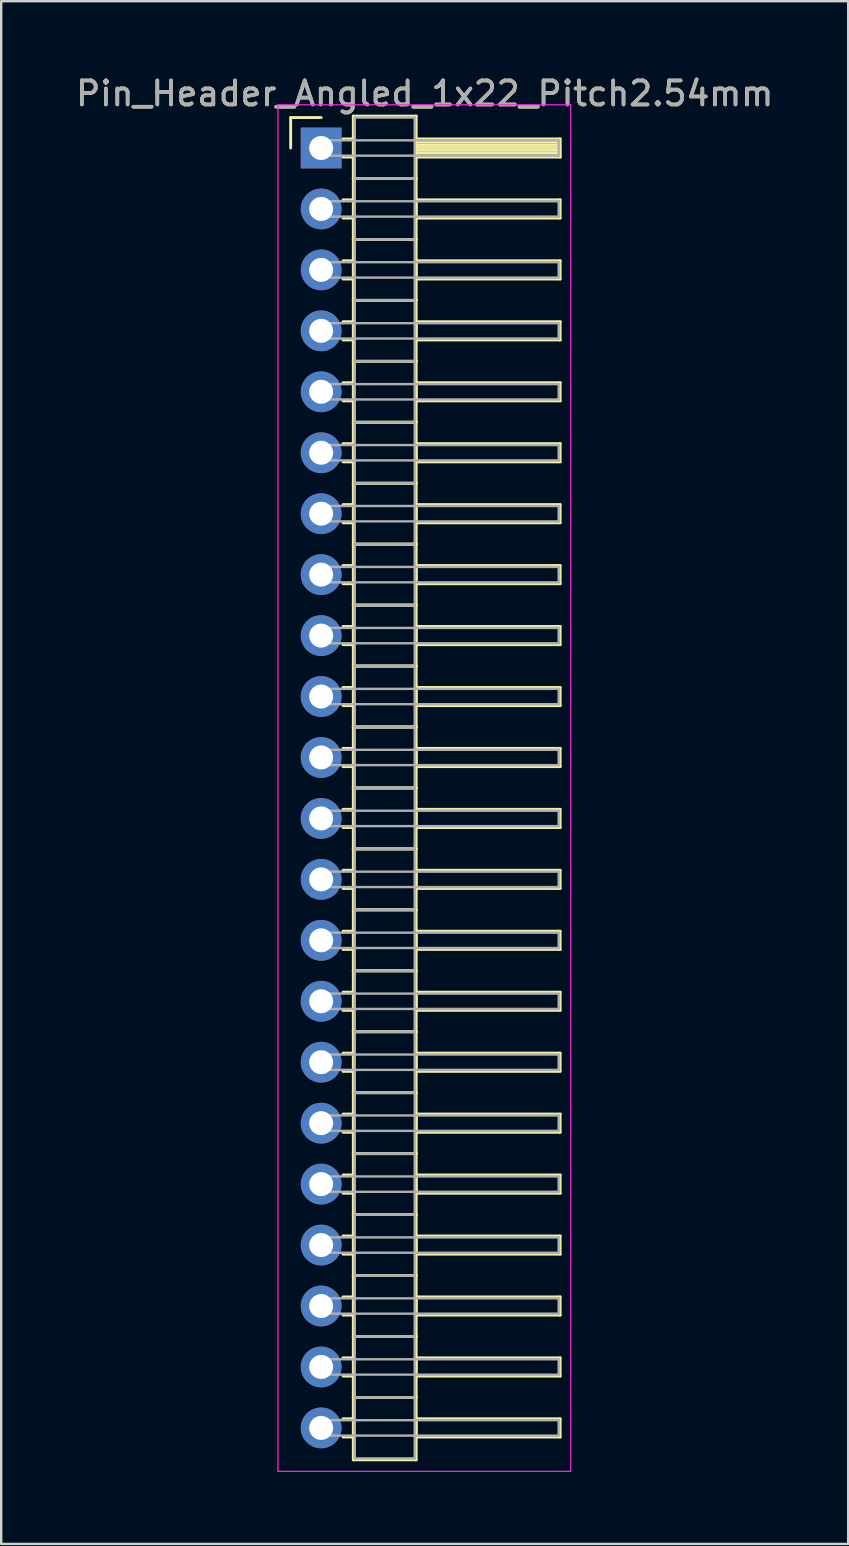
<source format=kicad_pcb>
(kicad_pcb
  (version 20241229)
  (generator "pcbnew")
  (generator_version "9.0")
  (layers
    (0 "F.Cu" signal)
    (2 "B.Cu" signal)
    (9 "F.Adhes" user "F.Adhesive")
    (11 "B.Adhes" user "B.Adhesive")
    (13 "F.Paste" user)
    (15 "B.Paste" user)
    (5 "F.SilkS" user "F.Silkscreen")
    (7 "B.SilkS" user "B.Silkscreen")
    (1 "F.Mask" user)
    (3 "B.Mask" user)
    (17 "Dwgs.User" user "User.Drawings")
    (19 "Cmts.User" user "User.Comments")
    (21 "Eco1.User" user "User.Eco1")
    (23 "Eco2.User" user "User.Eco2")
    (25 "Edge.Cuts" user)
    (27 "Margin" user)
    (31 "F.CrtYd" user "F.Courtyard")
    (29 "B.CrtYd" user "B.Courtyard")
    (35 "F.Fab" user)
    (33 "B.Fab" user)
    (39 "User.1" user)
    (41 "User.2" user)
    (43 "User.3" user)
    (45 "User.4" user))
  (footprint "Pin_Header_Angled_1x22_Pitch2.54mm"
    (layer "F.Cu")
    (at 10.334 3.118)
    (property "Reference" "Pin_Header_Angled_1x22_Pitch2.54mm" (at 4.315 -2.27 0) (layer "F.SilkS") (effects (font (size 1 1) (thickness 0.15))))
    (attr through_hole)
    (fp_line (start -1.27 -1.27) (end 0 -1.27) (stroke (width 0.12) (type solid)) (layer "F.SilkS"))
    (fp_line (start -1.27 0) (end -1.27 -1.27) (stroke (width 0.12) (type solid)) (layer "F.SilkS"))
    (fp_line (start 0.91 -0.38) (end 1.34 -0.38) (stroke (width 0.12) (type solid)) (layer "F.SilkS"))
    (fp_line (start 0.91 0.38) (end 1.34 0.38) (stroke (width 0.12) (type solid)) (layer "F.SilkS"))
    (fp_line (start 0.91 2.16) (end 1.34 2.16) (stroke (width 0.12) (type solid)) (layer "F.SilkS"))
    (fp_line (start 0.91 2.92) (end 1.34 2.92) (stroke (width 0.12) (type solid)) (layer "F.SilkS"))
    (fp_line (start 0.91 4.7) (end 1.34 4.7) (stroke (width 0.12) (type solid)) (layer "F.SilkS"))
    (fp_line (start 0.91 5.46) (end 1.34 5.46) (stroke (width 0.12) (type solid)) (layer "F.SilkS"))
    (fp_line (start 0.91 7.24) (end 1.34 7.24) (stroke (width 0.12) (type solid)) (layer "F.SilkS"))
    (fp_line (start 0.91 8) (end 1.34 8) (stroke (width 0.12) (type solid)) (layer "F.SilkS"))
    (fp_line (start 0.91 9.78) (end 1.34 9.78) (stroke (width 0.12) (type solid)) (layer "F.SilkS"))
    (fp_line (start 0.91 10.54) (end 1.34 10.54) (stroke (width 0.12) (type solid)) (layer "F.SilkS"))
    (fp_line (start 0.91 12.32) (end 1.34 12.32) (stroke (width 0.12) (type solid)) (layer "F.SilkS"))
    (fp_line (start 0.91 13.08) (end 1.34 13.08) (stroke (width 0.12) (type solid)) (layer "F.SilkS"))
    (fp_line (start 0.91 14.86) (end 1.34 14.86) (stroke (width 0.12) (type solid)) (layer "F.SilkS"))
    (fp_line (start 0.91 15.62) (end 1.34 15.62) (stroke (width 0.12) (type solid)) (layer "F.SilkS"))
    (fp_line (start 0.91 17.4) (end 1.34 17.4) (stroke (width 0.12) (type solid)) (layer "F.SilkS"))
    (fp_line (start 0.91 18.16) (end 1.34 18.16) (stroke (width 0.12) (type solid)) (layer "F.SilkS"))
    (fp_line (start 0.91 19.94) (end 1.34 19.94) (stroke (width 0.12) (type solid)) (layer "F.SilkS"))
    (fp_line (start 0.91 20.7) (end 1.34 20.7) (stroke (width 0.12) (type solid)) (layer "F.SilkS"))
    (fp_line (start 0.91 22.48) (end 1.34 22.48) (stroke (width 0.12) (type solid)) (layer "F.SilkS"))
    (fp_line (start 0.91 23.24) (end 1.34 23.24) (stroke (width 0.12) (type solid)) (layer "F.SilkS"))
    (fp_line (start 0.91 25.02) (end 1.34 25.02) (stroke (width 0.12) (type solid)) (layer "F.SilkS"))
    (fp_line (start 0.91 25.78) (end 1.34 25.78) (stroke (width 0.12) (type solid)) (layer "F.SilkS"))
    (fp_line (start 0.91 27.56) (end 1.34 27.56) (stroke (width 0.12) (type solid)) (layer "F.SilkS"))
    (fp_line (start 0.91 28.32) (end 1.34 28.32) (stroke (width 0.12) (type solid)) (layer "F.SilkS"))
    (fp_line (start 0.91 30.1) (end 1.34 30.1) (stroke (width 0.12) (type solid)) (layer "F.SilkS"))
    (fp_line (start 0.91 30.86) (end 1.34 30.86) (stroke (width 0.12) (type solid)) (layer "F.SilkS"))
    (fp_line (start 0.91 32.64) (end 1.34 32.64) (stroke (width 0.12) (type solid)) (layer "F.SilkS"))
    (fp_line (start 0.91 33.4) (end 1.34 33.4) (stroke (width 0.12) (type solid)) (layer "F.SilkS"))
    (fp_line (start 0.91 35.18) (end 1.34 35.18) (stroke (width 0.12) (type solid)) (layer "F.SilkS"))
    (fp_line (start 0.91 35.94) (end 1.34 35.94) (stroke (width 0.12) (type solid)) (layer "F.SilkS"))
    (fp_line (start 0.91 37.72) (end 1.34 37.72) (stroke (width 0.12) (type solid)) (layer "F.SilkS"))
    (fp_line (start 0.91 38.48) (end 1.34 38.48) (stroke (width 0.12) (type solid)) (layer "F.SilkS"))
    (fp_line (start 0.91 40.26) (end 1.34 40.26) (stroke (width 0.12) (type solid)) (layer "F.SilkS"))
    (fp_line (start 0.91 41.02) (end 1.34 41.02) (stroke (width 0.12) (type solid)) (layer "F.SilkS"))
    (fp_line (start 0.91 42.8) (end 1.34 42.8) (stroke (width 0.12) (type solid)) (layer "F.SilkS"))
    (fp_line (start 0.91 43.56) (end 1.34 43.56) (stroke (width 0.12) (type solid)) (layer "F.SilkS"))
    (fp_line (start 0.91 45.34) (end 1.34 45.34) (stroke (width 0.12) (type solid)) (layer "F.SilkS"))
    (fp_line (start 0.91 46.1) (end 1.34 46.1) (stroke (width 0.12) (type solid)) (layer "F.SilkS"))
    (fp_line (start 0.91 47.88) (end 1.34 47.88) (stroke (width 0.12) (type solid)) (layer "F.SilkS"))
    (fp_line (start 0.91 48.64) (end 1.34 48.64) (stroke (width 0.12) (type solid)) (layer "F.SilkS"))
    (fp_line (start 0.91 50.42) (end 1.34 50.42) (stroke (width 0.12) (type solid)) (layer "F.SilkS"))
    (fp_line (start 0.91 51.18) (end 1.34 51.18) (stroke (width 0.12) (type solid)) (layer "F.SilkS"))
    (fp_line (start 0.91 52.96) (end 1.34 52.96) (stroke (width 0.12) (type solid)) (layer "F.SilkS"))
    (fp_line (start 0.91 53.72) (end 1.34 53.72) (stroke (width 0.12) (type solid)) (layer "F.SilkS"))
    (fp_line (start 1.34 -1.33) (end 1.34 1.27) (stroke (width 0.12) (type solid)) (layer "F.SilkS"))
    (fp_line (start 1.34 1.27) (end 1.34 3.81) (stroke (width 0.12) (type solid)) (layer "F.SilkS"))
    (fp_line (start 1.34 1.27) (end 3.96 1.27) (stroke (width 0.12) (type solid)) (layer "F.SilkS"))
    (fp_line (start 1.34 3.81) (end 1.34 6.35) (stroke (width 0.12) (type solid)) (layer "F.SilkS"))
    (fp_line (start 1.34 3.81) (end 3.96 3.81) (stroke (width 0.12) (type solid)) (layer "F.SilkS"))
    (fp_line (start 1.34 6.35) (end 1.34 8.89) (stroke (width 0.12) (type solid)) (layer "F.SilkS"))
    (fp_line (start 1.34 6.35) (end 3.96 6.35) (stroke (width 0.12) (type solid)) (layer "F.SilkS"))
    (fp_line (start 1.34 8.89) (end 1.34 11.43) (stroke (width 0.12) (type solid)) (layer "F.SilkS"))
    (fp_line (start 1.34 8.89) (end 3.96 8.89) (stroke (width 0.12) (type solid)) (layer "F.SilkS"))
    (fp_line (start 1.34 11.43) (end 1.34 13.97) (stroke (width 0.12) (type solid)) (layer "F.SilkS"))
    (fp_line (start 1.34 11.43) (end 3.96 11.43) (stroke (width 0.12) (type solid)) (layer "F.SilkS"))
    (fp_line (start 1.34 13.97) (end 1.34 16.51) (stroke (width 0.12) (type solid)) (layer "F.SilkS"))
    (fp_line (start 1.34 13.97) (end 3.96 13.97) (stroke (width 0.12) (type solid)) (layer "F.SilkS"))
    (fp_line (start 1.34 16.51) (end 1.34 19.05) (stroke (width 0.12) (type solid)) (layer "F.SilkS"))
    (fp_line (start 1.34 16.51) (end 3.96 16.51) (stroke (width 0.12) (type solid)) (layer "F.SilkS"))
    (fp_line (start 1.34 19.05) (end 1.34 21.59) (stroke (width 0.12) (type solid)) (layer "F.SilkS"))
    (fp_line (start 1.34 19.05) (end 3.96 19.05) (stroke (width 0.12) (type solid)) (layer "F.SilkS"))
    (fp_line (start 1.34 21.59) (end 1.34 24.13) (stroke (width 0.12) (type solid)) (layer "F.SilkS"))
    (fp_line (start 1.34 21.59) (end 3.96 21.59) (stroke (width 0.12) (type solid)) (layer "F.SilkS"))
    (fp_line (start 1.34 24.13) (end 1.34 26.67) (stroke (width 0.12) (type solid)) (layer "F.SilkS"))
    (fp_line (start 1.34 24.13) (end 3.96 24.13) (stroke (width 0.12) (type solid)) (layer "F.SilkS"))
    (fp_line (start 1.34 26.67) (end 1.34 29.21) (stroke (width 0.12) (type solid)) (layer "F.SilkS"))
    (fp_line (start 1.34 26.67) (end 3.96 26.67) (stroke (width 0.12) (type solid)) (layer "F.SilkS"))
    (fp_line (start 1.34 29.21) (end 1.34 31.75) (stroke (width 0.12) (type solid)) (layer "F.SilkS"))
    (fp_line (start 1.34 29.21) (end 3.96 29.21) (stroke (width 0.12) (type solid)) (layer "F.SilkS"))
    (fp_line (start 1.34 31.75) (end 1.34 34.29) (stroke (width 0.12) (type solid)) (layer "F.SilkS"))
    (fp_line (start 1.34 31.75) (end 3.96 31.75) (stroke (width 0.12) (type solid)) (layer "F.SilkS"))
    (fp_line (start 1.34 34.29) (end 1.34 36.83) (stroke (width 0.12) (type solid)) (layer "F.SilkS"))
    (fp_line (start 1.34 34.29) (end 3.96 34.29) (stroke (width 0.12) (type solid)) (layer "F.SilkS"))
    (fp_line (start 1.34 36.83) (end 1.34 39.37) (stroke (width 0.12) (type solid)) (layer "F.SilkS"))
    (fp_line (start 1.34 36.83) (end 3.96 36.83) (stroke (width 0.12) (type solid)) (layer "F.SilkS"))
    (fp_line (start 1.34 39.37) (end 1.34 41.91) (stroke (width 0.12) (type solid)) (layer "F.SilkS"))
    (fp_line (start 1.34 39.37) (end 3.96 39.37) (stroke (width 0.12) (type solid)) (layer "F.SilkS"))
    (fp_line (start 1.34 41.91) (end 1.34 44.45) (stroke (width 0.12) (type solid)) (layer "F.SilkS"))
    (fp_line (start 1.34 41.91) (end 3.96 41.91) (stroke (width 0.12) (type solid)) (layer "F.SilkS"))
    (fp_line (start 1.34 44.45) (end 1.34 46.99) (stroke (width 0.12) (type solid)) (layer "F.SilkS"))
    (fp_line (start 1.34 44.45) (end 3.96 44.45) (stroke (width 0.12) (type solid)) (layer "F.SilkS"))
    (fp_line (start 1.34 46.99) (end 1.34 49.53) (stroke (width 0.12) (type solid)) (layer "F.SilkS"))
    (fp_line (start 1.34 46.99) (end 3.96 46.99) (stroke (width 0.12) (type solid)) (layer "F.SilkS"))
    (fp_line (start 1.34 49.53) (end 1.34 52.07) (stroke (width 0.12) (type solid)) (layer "F.SilkS"))
    (fp_line (start 1.34 49.53) (end 3.96 49.53) (stroke (width 0.12) (type solid)) (layer "F.SilkS"))
    (fp_line (start 1.34 52.07) (end 1.34 54.67) (stroke (width 0.12) (type solid)) (layer "F.SilkS"))
    (fp_line (start 1.34 52.07) (end 3.96 52.07) (stroke (width 0.12) (type solid)) (layer "F.SilkS"))
    (fp_line (start 1.34 54.67) (end 3.96 54.67) (stroke (width 0.12) (type solid)) (layer "F.SilkS"))
    (fp_line (start 3.96 -1.33) (end 1.34 -1.33) (stroke (width 0.12) (type solid)) (layer "F.SilkS"))
    (fp_line (start 3.96 -0.38) (end 3.96 0.38) (stroke (width 0.12) (type solid)) (layer "F.SilkS"))
    (fp_line (start 3.96 -0.26) (end 9.96 -0.26) (stroke (width 0.12) (type solid)) (layer "F.SilkS"))
    (fp_line (start 3.96 -0.14) (end 9.96 -0.14) (stroke (width 0.12) (type solid)) (layer "F.SilkS"))
    (fp_line (start 3.96 -0.02) (end 9.96 -0.02) (stroke (width 0.12) (type solid)) (layer "F.SilkS"))
    (fp_line (start 3.96 0.1) (end 9.96 0.1) (stroke (width 0.12) (type solid)) (layer "F.SilkS"))
    (fp_line (start 3.96 0.22) (end 9.96 0.22) (stroke (width 0.12) (type solid)) (layer "F.SilkS"))
    (fp_line (start 3.96 0.34) (end 9.96 0.34) (stroke (width 0.12) (type solid)) (layer "F.SilkS"))
    (fp_line (start 3.96 0.38) (end 9.96 0.38) (stroke (width 0.12) (type solid)) (layer "F.SilkS"))
    (fp_line (start 3.96 1.27) (end 1.34 1.27) (stroke (width 0.12) (type solid)) (layer "F.SilkS"))
    (fp_line (start 3.96 1.27) (end 3.96 -1.33) (stroke (width 0.12) (type solid)) (layer "F.SilkS"))
    (fp_line (start 3.96 2.16) (end 3.96 2.92) (stroke (width 0.12) (type solid)) (layer "F.SilkS"))
    (fp_line (start 3.96 2.92) (end 9.96 2.92) (stroke (width 0.12) (type solid)) (layer "F.SilkS"))
    (fp_line (start 3.96 3.81) (end 1.34 3.81) (stroke (width 0.12) (type solid)) (layer "F.SilkS"))
    (fp_line (start 3.96 3.81) (end 3.96 1.27) (stroke (width 0.12) (type solid)) (layer "F.SilkS"))
    (fp_line (start 3.96 4.7) (end 3.96 5.46) (stroke (width 0.12) (type solid)) (layer "F.SilkS"))
    (fp_line (start 3.96 5.46) (end 9.96 5.46) (stroke (width 0.12) (type solid)) (layer "F.SilkS"))
    (fp_line (start 3.96 6.35) (end 1.34 6.35) (stroke (width 0.12) (type solid)) (layer "F.SilkS"))
    (fp_line (start 3.96 6.35) (end 3.96 3.81) (stroke (width 0.12) (type solid)) (layer "F.SilkS"))
    (fp_line (start 3.96 7.24) (end 3.96 8) (stroke (width 0.12) (type solid)) (layer "F.SilkS"))
    (fp_line (start 3.96 8) (end 9.96 8) (stroke (width 0.12) (type solid)) (layer "F.SilkS"))
    (fp_line (start 3.96 8.89) (end 1.34 8.89) (stroke (width 0.12) (type solid)) (layer "F.SilkS"))
    (fp_line (start 3.96 8.89) (end 3.96 6.35) (stroke (width 0.12) (type solid)) (layer "F.SilkS"))
    (fp_line (start 3.96 9.78) (end 3.96 10.54) (stroke (width 0.12) (type solid)) (layer "F.SilkS"))
    (fp_line (start 3.96 10.54) (end 9.96 10.54) (stroke (width 0.12) (type solid)) (layer "F.SilkS"))
    (fp_line (start 3.96 11.43) (end 1.34 11.43) (stroke (width 0.12) (type solid)) (layer "F.SilkS"))
    (fp_line (start 3.96 11.43) (end 3.96 8.89) (stroke (width 0.12) (type solid)) (layer "F.SilkS"))
    (fp_line (start 3.96 12.32) (end 3.96 13.08) (stroke (width 0.12) (type solid)) (layer "F.SilkS"))
    (fp_line (start 3.96 13.08) (end 9.96 13.08) (stroke (width 0.12) (type solid)) (layer "F.SilkS"))
    (fp_line (start 3.96 13.97) (end 1.34 13.97) (stroke (width 0.12) (type solid)) (layer "F.SilkS"))
    (fp_line (start 3.96 13.97) (end 3.96 11.43) (stroke (width 0.12) (type solid)) (layer "F.SilkS"))
    (fp_line (start 3.96 14.86) (end 3.96 15.62) (stroke (width 0.12) (type solid)) (layer "F.SilkS"))
    (fp_line (start 3.96 15.62) (end 9.96 15.62) (stroke (width 0.12) (type solid)) (layer "F.SilkS"))
    (fp_line (start 3.96 16.51) (end 1.34 16.51) (stroke (width 0.12) (type solid)) (layer "F.SilkS"))
    (fp_line (start 3.96 16.51) (end 3.96 13.97) (stroke (width 0.12) (type solid)) (layer "F.SilkS"))
    (fp_line (start 3.96 17.4) (end 3.96 18.16) (stroke (width 0.12) (type solid)) (layer "F.SilkS"))
    (fp_line (start 3.96 18.16) (end 9.96 18.16) (stroke (width 0.12) (type solid)) (layer "F.SilkS"))
    (fp_line (start 3.96 19.05) (end 1.34 19.05) (stroke (width 0.12) (type solid)) (layer "F.SilkS"))
    (fp_line (start 3.96 19.05) (end 3.96 16.51) (stroke (width 0.12) (type solid)) (layer "F.SilkS"))
    (fp_line (start 3.96 19.94) (end 3.96 20.7) (stroke (width 0.12) (type solid)) (layer "F.SilkS"))
    (fp_line (start 3.96 20.7) (end 9.96 20.7) (stroke (width 0.12) (type solid)) (layer "F.SilkS"))
    (fp_line (start 3.96 21.59) (end 1.34 21.59) (stroke (width 0.12) (type solid)) (layer "F.SilkS"))
    (fp_line (start 3.96 21.59) (end 3.96 19.05) (stroke (width 0.12) (type solid)) (layer "F.SilkS"))
    (fp_line (start 3.96 22.48) (end 3.96 23.24) (stroke (width 0.12) (type solid)) (layer "F.SilkS"))
    (fp_line (start 3.96 23.24) (end 9.96 23.24) (stroke (width 0.12) (type solid)) (layer "F.SilkS"))
    (fp_line (start 3.96 24.13) (end 1.34 24.13) (stroke (width 0.12) (type solid)) (layer "F.SilkS"))
    (fp_line (start 3.96 24.13) (end 3.96 21.59) (stroke (width 0.12) (type solid)) (layer "F.SilkS"))
    (fp_line (start 3.96 25.02) (end 3.96 25.78) (stroke (width 0.12) (type solid)) (layer "F.SilkS"))
    (fp_line (start 3.96 25.78) (end 9.96 25.78) (stroke (width 0.12) (type solid)) (layer "F.SilkS"))
    (fp_line (start 3.96 26.67) (end 1.34 26.67) (stroke (width 0.12) (type solid)) (layer "F.SilkS"))
    (fp_line (start 3.96 26.67) (end 3.96 24.13) (stroke (width 0.12) (type solid)) (layer "F.SilkS"))
    (fp_line (start 3.96 27.56) (end 3.96 28.32) (stroke (width 0.12) (type solid)) (layer "F.SilkS"))
    (fp_line (start 3.96 28.32) (end 9.96 28.32) (stroke (width 0.12) (type solid)) (layer "F.SilkS"))
    (fp_line (start 3.96 29.21) (end 1.34 29.21) (stroke (width 0.12) (type solid)) (layer "F.SilkS"))
    (fp_line (start 3.96 29.21) (end 3.96 26.67) (stroke (width 0.12) (type solid)) (layer "F.SilkS"))
    (fp_line (start 3.96 30.1) (end 3.96 30.86) (stroke (width 0.12) (type solid)) (layer "F.SilkS"))
    (fp_line (start 3.96 30.86) (end 9.96 30.86) (stroke (width 0.12) (type solid)) (layer "F.SilkS"))
    (fp_line (start 3.96 31.75) (end 1.34 31.75) (stroke (width 0.12) (type solid)) (layer "F.SilkS"))
    (fp_line (start 3.96 31.75) (end 3.96 29.21) (stroke (width 0.12) (type solid)) (layer "F.SilkS"))
    (fp_line (start 3.96 32.64) (end 3.96 33.4) (stroke (width 0.12) (type solid)) (layer "F.SilkS"))
    (fp_line (start 3.96 33.4) (end 9.96 33.4) (stroke (width 0.12) (type solid)) (layer "F.SilkS"))
    (fp_line (start 3.96 34.29) (end 1.34 34.29) (stroke (width 0.12) (type solid)) (layer "F.SilkS"))
    (fp_line (start 3.96 34.29) (end 3.96 31.75) (stroke (width 0.12) (type solid)) (layer "F.SilkS"))
    (fp_line (start 3.96 35.18) (end 3.96 35.94) (stroke (width 0.12) (type solid)) (layer "F.SilkS"))
    (fp_line (start 3.96 35.94) (end 9.96 35.94) (stroke (width 0.12) (type solid)) (layer "F.SilkS"))
    (fp_line (start 3.96 36.83) (end 1.34 36.83) (stroke (width 0.12) (type solid)) (layer "F.SilkS"))
    (fp_line (start 3.96 36.83) (end 3.96 34.29) (stroke (width 0.12) (type solid)) (layer "F.SilkS"))
    (fp_line (start 3.96 37.72) (end 3.96 38.48) (stroke (width 0.12) (type solid)) (layer "F.SilkS"))
    (fp_line (start 3.96 38.48) (end 9.96 38.48) (stroke (width 0.12) (type solid)) (layer "F.SilkS"))
    (fp_line (start 3.96 39.37) (end 1.34 39.37) (stroke (width 0.12) (type solid)) (layer "F.SilkS"))
    (fp_line (start 3.96 39.37) (end 3.96 36.83) (stroke (width 0.12) (type solid)) (layer "F.SilkS"))
    (fp_line (start 3.96 40.26) (end 3.96 41.02) (stroke (width 0.12) (type solid)) (layer "F.SilkS"))
    (fp_line (start 3.96 41.02) (end 9.96 41.02) (stroke (width 0.12) (type solid)) (layer "F.SilkS"))
    (fp_line (start 3.96 41.91) (end 1.34 41.91) (stroke (width 0.12) (type solid)) (layer "F.SilkS"))
    (fp_line (start 3.96 41.91) (end 3.96 39.37) (stroke (width 0.12) (type solid)) (layer "F.SilkS"))
    (fp_line (start 3.96 42.8) (end 3.96 43.56) (stroke (width 0.12) (type solid)) (layer "F.SilkS"))
    (fp_line (start 3.96 43.56) (end 9.96 43.56) (stroke (width 0.12) (type solid)) (layer "F.SilkS"))
    (fp_line (start 3.96 44.45) (end 1.34 44.45) (stroke (width 0.12) (type solid)) (layer "F.SilkS"))
    (fp_line (start 3.96 44.45) (end 3.96 41.91) (stroke (width 0.12) (type solid)) (layer "F.SilkS"))
    (fp_line (start 3.96 45.34) (end 3.96 46.1) (stroke (width 0.12) (type solid)) (layer "F.SilkS"))
    (fp_line (start 3.96 46.1) (end 9.96 46.1) (stroke (width 0.12) (type solid)) (layer "F.SilkS"))
    (fp_line (start 3.96 46.99) (end 1.34 46.99) (stroke (width 0.12) (type solid)) (layer "F.SilkS"))
    (fp_line (start 3.96 46.99) (end 3.96 44.45) (stroke (width 0.12) (type solid)) (layer "F.SilkS"))
    (fp_line (start 3.96 47.88) (end 3.96 48.64) (stroke (width 0.12) (type solid)) (layer "F.SilkS"))
    (fp_line (start 3.96 48.64) (end 9.96 48.64) (stroke (width 0.12) (type solid)) (layer "F.SilkS"))
    (fp_line (start 3.96 49.53) (end 1.34 49.53) (stroke (width 0.12) (type solid)) (layer "F.SilkS"))
    (fp_line (start 3.96 49.53) (end 3.96 46.99) (stroke (width 0.12) (type solid)) (layer "F.SilkS"))
    (fp_line (start 3.96 50.42) (end 3.96 51.18) (stroke (width 0.12) (type solid)) (layer "F.SilkS"))
    (fp_line (start 3.96 51.18) (end 9.96 51.18) (stroke (width 0.12) (type solid)) (layer "F.SilkS"))
    (fp_line (start 3.96 52.07) (end 1.34 52.07) (stroke (width 0.12) (type solid)) (layer "F.SilkS"))
    (fp_line (start 3.96 52.07) (end 3.96 49.53) (stroke (width 0.12) (type solid)) (layer "F.SilkS"))
    (fp_line (start 3.96 52.96) (end 3.96 53.72) (stroke (width 0.12) (type solid)) (layer "F.SilkS"))
    (fp_line (start 3.96 53.72) (end 9.96 53.72) (stroke (width 0.12) (type solid)) (layer "F.SilkS"))
    (fp_line (start 3.96 54.67) (end 3.96 52.07) (stroke (width 0.12) (type solid)) (layer "F.SilkS"))
    (fp_line (start 9.96 -0.38) (end 3.96 -0.38) (stroke (width 0.12) (type solid)) (layer "F.SilkS"))
    (fp_line (start 9.96 0.38) (end 9.96 -0.38) (stroke (width 0.12) (type solid)) (layer "F.SilkS"))
    (fp_line (start 9.96 2.16) (end 3.96 2.16) (stroke (width 0.12) (type solid)) (layer "F.SilkS"))
    (fp_line (start 9.96 2.92) (end 9.96 2.16) (stroke (width 0.12) (type solid)) (layer "F.SilkS"))
    (fp_line (start 9.96 4.7) (end 3.96 4.7) (stroke (width 0.12) (type solid)) (layer "F.SilkS"))
    (fp_line (start 9.96 5.46) (end 9.96 4.7) (stroke (width 0.12) (type solid)) (layer "F.SilkS"))
    (fp_line (start 9.96 7.24) (end 3.96 7.24) (stroke (width 0.12) (type solid)) (layer "F.SilkS"))
    (fp_line (start 9.96 8) (end 9.96 7.24) (stroke (width 0.12) (type solid)) (layer "F.SilkS"))
    (fp_line (start 9.96 9.78) (end 3.96 9.78) (stroke (width 0.12) (type solid)) (layer "F.SilkS"))
    (fp_line (start 9.96 10.54) (end 9.96 9.78) (stroke (width 0.12) (type solid)) (layer "F.SilkS"))
    (fp_line (start 9.96 12.32) (end 3.96 12.32) (stroke (width 0.12) (type solid)) (layer "F.SilkS"))
    (fp_line (start 9.96 13.08) (end 9.96 12.32) (stroke (width 0.12) (type solid)) (layer "F.SilkS"))
    (fp_line (start 9.96 14.86) (end 3.96 14.86) (stroke (width 0.12) (type solid)) (layer "F.SilkS"))
    (fp_line (start 9.96 15.62) (end 9.96 14.86) (stroke (width 0.12) (type solid)) (layer "F.SilkS"))
    (fp_line (start 9.96 17.4) (end 3.96 17.4) (stroke (width 0.12) (type solid)) (layer "F.SilkS"))
    (fp_line (start 9.96 18.16) (end 9.96 17.4) (stroke (width 0.12) (type solid)) (layer "F.SilkS"))
    (fp_line (start 9.96 19.94) (end 3.96 19.94) (stroke (width 0.12) (type solid)) (layer "F.SilkS"))
    (fp_line (start 9.96 20.7) (end 9.96 19.94) (stroke (width 0.12) (type solid)) (layer "F.SilkS"))
    (fp_line (start 9.96 22.48) (end 3.96 22.48) (stroke (width 0.12) (type solid)) (layer "F.SilkS"))
    (fp_line (start 9.96 23.24) (end 9.96 22.48) (stroke (width 0.12) (type solid)) (layer "F.SilkS"))
    (fp_line (start 9.96 25.02) (end 3.96 25.02) (stroke (width 0.12) (type solid)) (layer "F.SilkS"))
    (fp_line (start 9.96 25.78) (end 9.96 25.02) (stroke (width 0.12) (type solid)) (layer "F.SilkS"))
    (fp_line (start 9.96 27.56) (end 3.96 27.56) (stroke (width 0.12) (type solid)) (layer "F.SilkS"))
    (fp_line (start 9.96 28.32) (end 9.96 27.56) (stroke (width 0.12) (type solid)) (layer "F.SilkS"))
    (fp_line (start 9.96 30.1) (end 3.96 30.1) (stroke (width 0.12) (type solid)) (layer "F.SilkS"))
    (fp_line (start 9.96 30.86) (end 9.96 30.1) (stroke (width 0.12) (type solid)) (layer "F.SilkS"))
    (fp_line (start 9.96 32.64) (end 3.96 32.64) (stroke (width 0.12) (type solid)) (layer "F.SilkS"))
    (fp_line (start 9.96 33.4) (end 9.96 32.64) (stroke (width 0.12) (type solid)) (layer "F.SilkS"))
    (fp_line (start 9.96 35.18) (end 3.96 35.18) (stroke (width 0.12) (type solid)) (layer "F.SilkS"))
    (fp_line (start 9.96 35.94) (end 9.96 35.18) (stroke (width 0.12) (type solid)) (layer "F.SilkS"))
    (fp_line (start 9.96 37.72) (end 3.96 37.72) (stroke (width 0.12) (type solid)) (layer "F.SilkS"))
    (fp_line (start 9.96 38.48) (end 9.96 37.72) (stroke (width 0.12) (type solid)) (layer "F.SilkS"))
    (fp_line (start 9.96 40.26) (end 3.96 40.26) (stroke (width 0.12) (type solid)) (layer "F.SilkS"))
    (fp_line (start 9.96 41.02) (end 9.96 40.26) (stroke (width 0.12) (type solid)) (layer "F.SilkS"))
    (fp_line (start 9.96 42.8) (end 3.96 42.8) (stroke (width 0.12) (type solid)) (layer "F.SilkS"))
    (fp_line (start 9.96 43.56) (end 9.96 42.8) (stroke (width 0.12) (type solid)) (layer "F.SilkS"))
    (fp_line (start 9.96 45.34) (end 3.96 45.34) (stroke (width 0.12) (type solid)) (layer "F.SilkS"))
    (fp_line (start 9.96 46.1) (end 9.96 45.34) (stroke (width 0.12) (type solid)) (layer "F.SilkS"))
    (fp_line (start 9.96 47.88) (end 3.96 47.88) (stroke (width 0.12) (type solid)) (layer "F.SilkS"))
    (fp_line (start 9.96 48.64) (end 9.96 47.88) (stroke (width 0.12) (type solid)) (layer "F.SilkS"))
    (fp_line (start 9.96 50.42) (end 3.96 50.42) (stroke (width 0.12) (type solid)) (layer "F.SilkS"))
    (fp_line (start 9.96 51.18) (end 9.96 50.42) (stroke (width 0.12) (type solid)) (layer "F.SilkS"))
    (fp_line (start 9.96 52.96) (end 3.96 52.96) (stroke (width 0.12) (type solid)) (layer "F.SilkS"))
    (fp_line (start 9.96 53.72) (end 9.96 52.96) (stroke (width 0.12) (type solid)) (layer "F.SilkS"))
    (fp_line (start -1.8 -1.8) (end -1.8 55.15) (stroke (width 0.05) (type solid)) (layer "F.CrtYd"))
    (fp_line (start -1.8 55.15) (end 10.4 55.15) (stroke (width 0.05) (type solid)) (layer "F.CrtYd"))
    (fp_line (start 10.4 -1.8) (end -1.8 -1.8) (stroke (width 0.05) (type solid)) (layer "F.CrtYd"))
    (fp_line (start 10.4 55.15) (end 10.4 -1.8) (stroke (width 0.05) (type solid)) (layer "F.CrtYd"))
    (fp_line (start 0 -0.32) (end 0 0.32) (stroke (width 0.1) (type solid)) (layer "F.Fab"))
    (fp_line (start 0 0.32) (end 9.9 0.32) (stroke (width 0.1) (type solid)) (layer "F.Fab"))
    (fp_line (start 0 2.22) (end 0 2.86) (stroke (width 0.1) (type solid)) (layer "F.Fab"))
    (fp_line (start 0 2.86) (end 9.9 2.86) (stroke (width 0.1) (type solid)) (layer "F.Fab"))
    (fp_line (start 0 4.76) (end 0 5.4) (stroke (width 0.1) (type solid)) (layer "F.Fab"))
    (fp_line (start 0 5.4) (end 9.9 5.4) (stroke (width 0.1) (type solid)) (layer "F.Fab"))
    (fp_line (start 0 7.3) (end 0 7.94) (stroke (width 0.1) (type solid)) (layer "F.Fab"))
    (fp_line (start 0 7.94) (end 9.9 7.94) (stroke (width 0.1) (type solid)) (layer "F.Fab"))
    (fp_line (start 0 9.84) (end 0 10.48) (stroke (width 0.1) (type solid)) (layer "F.Fab"))
    (fp_line (start 0 10.48) (end 9.9 10.48) (stroke (width 0.1) (type solid)) (layer "F.Fab"))
    (fp_line (start 0 12.38) (end 0 13.02) (stroke (width 0.1) (type solid)) (layer "F.Fab"))
    (fp_line (start 0 13.02) (end 9.9 13.02) (stroke (width 0.1) (type solid)) (layer "F.Fab"))
    (fp_line (start 0 14.92) (end 0 15.56) (stroke (width 0.1) (type solid)) (layer "F.Fab"))
    (fp_line (start 0 15.56) (end 9.9 15.56) (stroke (width 0.1) (type solid)) (layer "F.Fab"))
    (fp_line (start 0 17.46) (end 0 18.1) (stroke (width 0.1) (type solid)) (layer "F.Fab"))
    (fp_line (start 0 18.1) (end 9.9 18.1) (stroke (width 0.1) (type solid)) (layer "F.Fab"))
    (fp_line (start 0 20) (end 0 20.64) (stroke (width 0.1) (type solid)) (layer "F.Fab"))
    (fp_line (start 0 20.64) (end 9.9 20.64) (stroke (width 0.1) (type solid)) (layer "F.Fab"))
    (fp_line (start 0 22.54) (end 0 23.18) (stroke (width 0.1) (type solid)) (layer "F.Fab"))
    (fp_line (start 0 23.18) (end 9.9 23.18) (stroke (width 0.1) (type solid)) (layer "F.Fab"))
    (fp_line (start 0 25.08) (end 0 25.72) (stroke (width 0.1) (type solid)) (layer "F.Fab"))
    (fp_line (start 0 25.72) (end 9.9 25.72) (stroke (width 0.1) (type solid)) (layer "F.Fab"))
    (fp_line (start 0 27.62) (end 0 28.26) (stroke (width 0.1) (type solid)) (layer "F.Fab"))
    (fp_line (start 0 28.26) (end 9.9 28.26) (stroke (width 0.1) (type solid)) (layer "F.Fab"))
    (fp_line (start 0 30.16) (end 0 30.8) (stroke (width 0.1) (type solid)) (layer "F.Fab"))
    (fp_line (start 0 30.8) (end 9.9 30.8) (stroke (width 0.1) (type solid)) (layer "F.Fab"))
    (fp_line (start 0 32.7) (end 0 33.34) (stroke (width 0.1) (type solid)) (layer "F.Fab"))
    (fp_line (start 0 33.34) (end 9.9 33.34) (stroke (width 0.1) (type solid)) (layer "F.Fab"))
    (fp_line (start 0 35.24) (end 0 35.88) (stroke (width 0.1) (type solid)) (layer "F.Fab"))
    (fp_line (start 0 35.88) (end 9.9 35.88) (stroke (width 0.1) (type solid)) (layer "F.Fab"))
    (fp_line (start 0 37.78) (end 0 38.42) (stroke (width 0.1) (type solid)) (layer "F.Fab"))
    (fp_line (start 0 38.42) (end 9.9 38.42) (stroke (width 0.1) (type solid)) (layer "F.Fab"))
    (fp_line (start 0 40.32) (end 0 40.96) (stroke (width 0.1) (type solid)) (layer "F.Fab"))
    (fp_line (start 0 40.96) (end 9.9 40.96) (stroke (width 0.1) (type solid)) (layer "F.Fab"))
    (fp_line (start 0 42.86) (end 0 43.5) (stroke (width 0.1) (type solid)) (layer "F.Fab"))
    (fp_line (start 0 43.5) (end 9.9 43.5) (stroke (width 0.1) (type solid)) (layer "F.Fab"))
    (fp_line (start 0 45.4) (end 0 46.04) (stroke (width 0.1) (type solid)) (layer "F.Fab"))
    (fp_line (start 0 46.04) (end 9.9 46.04) (stroke (width 0.1) (type solid)) (layer "F.Fab"))
    (fp_line (start 0 47.94) (end 0 48.58) (stroke (width 0.1) (type solid)) (layer "F.Fab"))
    (fp_line (start 0 48.58) (end 9.9 48.58) (stroke (width 0.1) (type solid)) (layer "F.Fab"))
    (fp_line (start 0 50.48) (end 0 51.12) (stroke (width 0.1) (type solid)) (layer "F.Fab"))
    (fp_line (start 0 51.12) (end 9.9 51.12) (stroke (width 0.1) (type solid)) (layer "F.Fab"))
    (fp_line (start 0 53.02) (end 0 53.66) (stroke (width 0.1) (type solid)) (layer "F.Fab"))
    (fp_line (start 0 53.66) (end 9.9 53.66) (stroke (width 0.1) (type solid)) (layer "F.Fab"))
    (fp_line (start 1.4 -1.27) (end 1.4 1.27) (stroke (width 0.1) (type solid)) (layer "F.Fab"))
    (fp_line (start 1.4 1.27) (end 1.4 3.81) (stroke (width 0.1) (type solid)) (layer "F.Fab"))
    (fp_line (start 1.4 1.27) (end 3.9 1.27) (stroke (width 0.1) (type solid)) (layer "F.Fab"))
    (fp_line (start 1.4 3.81) (end 1.4 6.35) (stroke (width 0.1) (type solid)) (layer "F.Fab"))
    (fp_line (start 1.4 3.81) (end 3.9 3.81) (stroke (width 0.1) (type solid)) (layer "F.Fab"))
    (fp_line (start 1.4 6.35) (end 1.4 8.89) (stroke (width 0.1) (type solid)) (layer "F.Fab"))
    (fp_line (start 1.4 6.35) (end 3.9 6.35) (stroke (width 0.1) (type solid)) (layer "F.Fab"))
    (fp_line (start 1.4 8.89) (end 1.4 11.43) (stroke (width 0.1) (type solid)) (layer "F.Fab"))
    (fp_line (start 1.4 8.89) (end 3.9 8.89) (stroke (width 0.1) (type solid)) (layer "F.Fab"))
    (fp_line (start 1.4 11.43) (end 1.4 13.97) (stroke (width 0.1) (type solid)) (layer "F.Fab"))
    (fp_line (start 1.4 11.43) (end 3.9 11.43) (stroke (width 0.1) (type solid)) (layer "F.Fab"))
    (fp_line (start 1.4 13.97) (end 1.4 16.51) (stroke (width 0.1) (type solid)) (layer "F.Fab"))
    (fp_line (start 1.4 13.97) (end 3.9 13.97) (stroke (width 0.1) (type solid)) (layer "F.Fab"))
    (fp_line (start 1.4 16.51) (end 1.4 19.05) (stroke (width 0.1) (type solid)) (layer "F.Fab"))
    (fp_line (start 1.4 16.51) (end 3.9 16.51) (stroke (width 0.1) (type solid)) (layer "F.Fab"))
    (fp_line (start 1.4 19.05) (end 1.4 21.59) (stroke (width 0.1) (type solid)) (layer "F.Fab"))
    (fp_line (start 1.4 19.05) (end 3.9 19.05) (stroke (width 0.1) (type solid)) (layer "F.Fab"))
    (fp_line (start 1.4 21.59) (end 1.4 24.13) (stroke (width 0.1) (type solid)) (layer "F.Fab"))
    (fp_line (start 1.4 21.59) (end 3.9 21.59) (stroke (width 0.1) (type solid)) (layer "F.Fab"))
    (fp_line (start 1.4 24.13) (end 1.4 26.67) (stroke (width 0.1) (type solid)) (layer "F.Fab"))
    (fp_line (start 1.4 24.13) (end 3.9 24.13) (stroke (width 0.1) (type solid)) (layer "F.Fab"))
    (fp_line (start 1.4 26.67) (end 1.4 29.21) (stroke (width 0.1) (type solid)) (layer "F.Fab"))
    (fp_line (start 1.4 26.67) (end 3.9 26.67) (stroke (width 0.1) (type solid)) (layer "F.Fab"))
    (fp_line (start 1.4 29.21) (end 1.4 31.75) (stroke (width 0.1) (type solid)) (layer "F.Fab"))
    (fp_line (start 1.4 29.21) (end 3.9 29.21) (stroke (width 0.1) (type solid)) (layer "F.Fab"))
    (fp_line (start 1.4 31.75) (end 1.4 34.29) (stroke (width 0.1) (type solid)) (layer "F.Fab"))
    (fp_line (start 1.4 31.75) (end 3.9 31.75) (stroke (width 0.1) (type solid)) (layer "F.Fab"))
    (fp_line (start 1.4 34.29) (end 1.4 36.83) (stroke (width 0.1) (type solid)) (layer "F.Fab"))
    (fp_line (start 1.4 34.29) (end 3.9 34.29) (stroke (width 0.1) (type solid)) (layer "F.Fab"))
    (fp_line (start 1.4 36.83) (end 1.4 39.37) (stroke (width 0.1) (type solid)) (layer "F.Fab"))
    (fp_line (start 1.4 36.83) (end 3.9 36.83) (stroke (width 0.1) (type solid)) (layer "F.Fab"))
    (fp_line (start 1.4 39.37) (end 1.4 41.91) (stroke (width 0.1) (type solid)) (layer "F.Fab"))
    (fp_line (start 1.4 39.37) (end 3.9 39.37) (stroke (width 0.1) (type solid)) (layer "F.Fab"))
    (fp_line (start 1.4 41.91) (end 1.4 44.45) (stroke (width 0.1) (type solid)) (layer "F.Fab"))
    (fp_line (start 1.4 41.91) (end 3.9 41.91) (stroke (width 0.1) (type solid)) (layer "F.Fab"))
    (fp_line (start 1.4 44.45) (end 1.4 46.99) (stroke (width 0.1) (type solid)) (layer "F.Fab"))
    (fp_line (start 1.4 44.45) (end 3.9 44.45) (stroke (width 0.1) (type solid)) (layer "F.Fab"))
    (fp_line (start 1.4 46.99) (end 1.4 49.53) (stroke (width 0.1) (type solid)) (layer "F.Fab"))
    (fp_line (start 1.4 46.99) (end 3.9 46.99) (stroke (width 0.1) (type solid)) (layer "F.Fab"))
    (fp_line (start 1.4 49.53) (end 1.4 52.07) (stroke (width 0.1) (type solid)) (layer "F.Fab"))
    (fp_line (start 1.4 49.53) (end 3.9 49.53) (stroke (width 0.1) (type solid)) (layer "F.Fab"))
    (fp_line (start 1.4 52.07) (end 1.4 54.61) (stroke (width 0.1) (type solid)) (layer "F.Fab"))
    (fp_line (start 1.4 52.07) (end 3.9 52.07) (stroke (width 0.1) (type solid)) (layer "F.Fab"))
    (fp_line (start 1.4 54.61) (end 3.9 54.61) (stroke (width 0.1) (type solid)) (layer "F.Fab"))
    (fp_line (start 3.9 -1.27) (end 1.4 -1.27) (stroke (width 0.1) (type solid)) (layer "F.Fab"))
    (fp_line (start 3.9 1.27) (end 1.4 1.27) (stroke (width 0.1) (type solid)) (layer "F.Fab"))
    (fp_line (start 3.9 1.27) (end 3.9 -1.27) (stroke (width 0.1) (type solid)) (layer "F.Fab"))
    (fp_line (start 3.9 3.81) (end 1.4 3.81) (stroke (width 0.1) (type solid)) (layer "F.Fab"))
    (fp_line (start 3.9 3.81) (end 3.9 1.27) (stroke (width 0.1) (type solid)) (layer "F.Fab"))
    (fp_line (start 3.9 6.35) (end 1.4 6.35) (stroke (width 0.1) (type solid)) (layer "F.Fab"))
    (fp_line (start 3.9 6.35) (end 3.9 3.81) (stroke (width 0.1) (type solid)) (layer "F.Fab"))
    (fp_line (start 3.9 8.89) (end 1.4 8.89) (stroke (width 0.1) (type solid)) (layer "F.Fab"))
    (fp_line (start 3.9 8.89) (end 3.9 6.35) (stroke (width 0.1) (type solid)) (layer "F.Fab"))
    (fp_line (start 3.9 11.43) (end 1.4 11.43) (stroke (width 0.1) (type solid)) (layer "F.Fab"))
    (fp_line (start 3.9 11.43) (end 3.9 8.89) (stroke (width 0.1) (type solid)) (layer "F.Fab"))
    (fp_line (start 3.9 13.97) (end 1.4 13.97) (stroke (width 0.1) (type solid)) (layer "F.Fab"))
    (fp_line (start 3.9 13.97) (end 3.9 11.43) (stroke (width 0.1) (type solid)) (layer "F.Fab"))
    (fp_line (start 3.9 16.51) (end 1.4 16.51) (stroke (width 0.1) (type solid)) (layer "F.Fab"))
    (fp_line (start 3.9 16.51) (end 3.9 13.97) (stroke (width 0.1) (type solid)) (layer "F.Fab"))
    (fp_line (start 3.9 19.05) (end 1.4 19.05) (stroke (width 0.1) (type solid)) (layer "F.Fab"))
    (fp_line (start 3.9 19.05) (end 3.9 16.51) (stroke (width 0.1) (type solid)) (layer "F.Fab"))
    (fp_line (start 3.9 21.59) (end 1.4 21.59) (stroke (width 0.1) (type solid)) (layer "F.Fab"))
    (fp_line (start 3.9 21.59) (end 3.9 19.05) (stroke (width 0.1) (type solid)) (layer "F.Fab"))
    (fp_line (start 3.9 24.13) (end 1.4 24.13) (stroke (width 0.1) (type solid)) (layer "F.Fab"))
    (fp_line (start 3.9 24.13) (end 3.9 21.59) (stroke (width 0.1) (type solid)) (layer "F.Fab"))
    (fp_line (start 3.9 26.67) (end 1.4 26.67) (stroke (width 0.1) (type solid)) (layer "F.Fab"))
    (fp_line (start 3.9 26.67) (end 3.9 24.13) (stroke (width 0.1) (type solid)) (layer "F.Fab"))
    (fp_line (start 3.9 29.21) (end 1.4 29.21) (stroke (width 0.1) (type solid)) (layer "F.Fab"))
    (fp_line (start 3.9 29.21) (end 3.9 26.67) (stroke (width 0.1) (type solid)) (layer "F.Fab"))
    (fp_line (start 3.9 31.75) (end 1.4 31.75) (stroke (width 0.1) (type solid)) (layer "F.Fab"))
    (fp_line (start 3.9 31.75) (end 3.9 29.21) (stroke (width 0.1) (type solid)) (layer "F.Fab"))
    (fp_line (start 3.9 34.29) (end 1.4 34.29) (stroke (width 0.1) (type solid)) (layer "F.Fab"))
    (fp_line (start 3.9 34.29) (end 3.9 31.75) (stroke (width 0.1) (type solid)) (layer "F.Fab"))
    (fp_line (start 3.9 36.83) (end 1.4 36.83) (stroke (width 0.1) (type solid)) (layer "F.Fab"))
    (fp_line (start 3.9 36.83) (end 3.9 34.29) (stroke (width 0.1) (type solid)) (layer "F.Fab"))
    (fp_line (start 3.9 39.37) (end 1.4 39.37) (stroke (width 0.1) (type solid)) (layer "F.Fab"))
    (fp_line (start 3.9 39.37) (end 3.9 36.83) (stroke (width 0.1) (type solid)) (layer "F.Fab"))
    (fp_line (start 3.9 41.91) (end 1.4 41.91) (stroke (width 0.1) (type solid)) (layer "F.Fab"))
    (fp_line (start 3.9 41.91) (end 3.9 39.37) (stroke (width 0.1) (type solid)) (layer "F.Fab"))
    (fp_line (start 3.9 44.45) (end 1.4 44.45) (stroke (width 0.1) (type solid)) (layer "F.Fab"))
    (fp_line (start 3.9 44.45) (end 3.9 41.91) (stroke (width 0.1) (type solid)) (layer "F.Fab"))
    (fp_line (start 3.9 46.99) (end 1.4 46.99) (stroke (width 0.1) (type solid)) (layer "F.Fab"))
    (fp_line (start 3.9 46.99) (end 3.9 44.45) (stroke (width 0.1) (type solid)) (layer "F.Fab"))
    (fp_line (start 3.9 49.53) (end 1.4 49.53) (stroke (width 0.1) (type solid)) (layer "F.Fab"))
    (fp_line (start 3.9 49.53) (end 3.9 46.99) (stroke (width 0.1) (type solid)) (layer "F.Fab"))
    (fp_line (start 3.9 52.07) (end 1.4 52.07) (stroke (width 0.1) (type solid)) (layer "F.Fab"))
    (fp_line (start 3.9 52.07) (end 3.9 49.53) (stroke (width 0.1) (type solid)) (layer "F.Fab"))
    (fp_line (start 3.9 54.61) (end 3.9 52.07) (stroke (width 0.1) (type solid)) (layer "F.Fab"))
    (fp_line (start 9.9 -0.32) (end 0 -0.32) (stroke (width 0.1) (type solid)) (layer "F.Fab"))
    (fp_line (start 9.9 0.32) (end 9.9 -0.32) (stroke (width 0.1) (type solid)) (layer "F.Fab"))
    (fp_line (start 9.9 2.22) (end 0 2.22) (stroke (width 0.1) (type solid)) (layer "F.Fab"))
    (fp_line (start 9.9 2.86) (end 9.9 2.22) (stroke (width 0.1) (type solid)) (layer "F.Fab"))
    (fp_line (start 9.9 4.76) (end 0 4.76) (stroke (width 0.1) (type solid)) (layer "F.Fab"))
    (fp_line (start 9.9 5.4) (end 9.9 4.76) (stroke (width 0.1) (type solid)) (layer "F.Fab"))
    (fp_line (start 9.9 7.3) (end 0 7.3) (stroke (width 0.1) (type solid)) (layer "F.Fab"))
    (fp_line (start 9.9 7.94) (end 9.9 7.3) (stroke (width 0.1) (type solid)) (layer "F.Fab"))
    (fp_line (start 9.9 9.84) (end 0 9.84) (stroke (width 0.1) (type solid)) (layer "F.Fab"))
    (fp_line (start 9.9 10.48) (end 9.9 9.84) (stroke (width 0.1) (type solid)) (layer "F.Fab"))
    (fp_line (start 9.9 12.38) (end 0 12.38) (stroke (width 0.1) (type solid)) (layer "F.Fab"))
    (fp_line (start 9.9 13.02) (end 9.9 12.38) (stroke (width 0.1) (type solid)) (layer "F.Fab"))
    (fp_line (start 9.9 14.92) (end 0 14.92) (stroke (width 0.1) (type solid)) (layer "F.Fab"))
    (fp_line (start 9.9 15.56) (end 9.9 14.92) (stroke (width 0.1) (type solid)) (layer "F.Fab"))
    (fp_line (start 9.9 17.46) (end 0 17.46) (stroke (width 0.1) (type solid)) (layer "F.Fab"))
    (fp_line (start 9.9 18.1) (end 9.9 17.46) (stroke (width 0.1) (type solid)) (layer "F.Fab"))
    (fp_line (start 9.9 20) (end 0 20) (stroke (width 0.1) (type solid)) (layer "F.Fab"))
    (fp_line (start 9.9 20.64) (end 9.9 20) (stroke (width 0.1) (type solid)) (layer "F.Fab"))
    (fp_line (start 9.9 22.54) (end 0 22.54) (stroke (width 0.1) (type solid)) (layer "F.Fab"))
    (fp_line (start 9.9 23.18) (end 9.9 22.54) (stroke (width 0.1) (type solid)) (layer "F.Fab"))
    (fp_line (start 9.9 25.08) (end 0 25.08) (stroke (width 0.1) (type solid)) (layer "F.Fab"))
    (fp_line (start 9.9 25.72) (end 9.9 25.08) (stroke (width 0.1) (type solid)) (layer "F.Fab"))
    (fp_line (start 9.9 27.62) (end 0 27.62) (stroke (width 0.1) (type solid)) (layer "F.Fab"))
    (fp_line (start 9.9 28.26) (end 9.9 27.62) (stroke (width 0.1) (type solid)) (layer "F.Fab"))
    (fp_line (start 9.9 30.16) (end 0 30.16) (stroke (width 0.1) (type solid)) (layer "F.Fab"))
    (fp_line (start 9.9 30.8) (end 9.9 30.16) (stroke (width 0.1) (type solid)) (layer "F.Fab"))
    (fp_line (start 9.9 32.7) (end 0 32.7) (stroke (width 0.1) (type solid)) (layer "F.Fab"))
    (fp_line (start 9.9 33.34) (end 9.9 32.7) (stroke (width 0.1) (type solid)) (layer "F.Fab"))
    (fp_line (start 9.9 35.24) (end 0 35.24) (stroke (width 0.1) (type solid)) (layer "F.Fab"))
    (fp_line (start 9.9 35.88) (end 9.9 35.24) (stroke (width 0.1) (type solid)) (layer "F.Fab"))
    (fp_line (start 9.9 37.78) (end 0 37.78) (stroke (width 0.1) (type solid)) (layer "F.Fab"))
    (fp_line (start 9.9 38.42) (end 9.9 37.78) (stroke (width 0.1) (type solid)) (layer "F.Fab"))
    (fp_line (start 9.9 40.32) (end 0 40.32) (stroke (width 0.1) (type solid)) (layer "F.Fab"))
    (fp_line (start 9.9 40.96) (end 9.9 40.32) (stroke (width 0.1) (type solid)) (layer "F.Fab"))
    (fp_line (start 9.9 42.86) (end 0 42.86) (stroke (width 0.1) (type solid)) (layer "F.Fab"))
    (fp_line (start 9.9 43.5) (end 9.9 42.86) (stroke (width 0.1) (type solid)) (layer "F.Fab"))
    (fp_line (start 9.9 45.4) (end 0 45.4) (stroke (width 0.1) (type solid)) (layer "F.Fab"))
    (fp_line (start 9.9 46.04) (end 9.9 45.4) (stroke (width 0.1) (type solid)) (layer "F.Fab"))
    (fp_line (start 9.9 47.94) (end 0 47.94) (stroke (width 0.1) (type solid)) (layer "F.Fab"))
    (fp_line (start 9.9 48.58) (end 9.9 47.94) (stroke (width 0.1) (type solid)) (layer "F.Fab"))
    (fp_line (start 9.9 50.48) (end 0 50.48) (stroke (width 0.1) (type solid)) (layer "F.Fab"))
    (fp_line (start 9.9 51.12) (end 9.9 50.48) (stroke (width 0.1) (type solid)) (layer "F.Fab"))
    (fp_line (start 9.9 53.02) (end 0 53.02) (stroke (width 0.1) (type solid)) (layer "F.Fab"))
    (fp_line (start 9.9 53.66) (end 9.9 53.02) (stroke (width 0.1) (type solid)) (layer "F.Fab"))
    (fp_text user "${REFERENCE}" (at 4.315 -2.27 0) (layer "F.Fab") (effects (font (size 1 1) (thickness 0.15))))
    (pad "1" thru_hole rect (at 0 0) (size 1.7 1.7) (drill 1) (layers "*.Cu" "*.Mask"))
    (pad "2" thru_hole oval (at 0 2.54) (size 1.7 1.7) (drill 1) (layers "*.Cu" "*.Mask"))
    (pad "3" thru_hole oval (at 0 5.08) (size 1.7 1.7) (drill 1) (layers "*.Cu" "*.Mask"))
    (pad "4" thru_hole oval (at 0 7.62) (size 1.7 1.7) (drill 1) (layers "*.Cu" "*.Mask"))
    (pad "5" thru_hole oval (at 0 10.16) (size 1.7 1.7) (drill 1) (layers "*.Cu" "*.Mask"))
    (pad "6" thru_hole oval (at 0 12.7) (size 1.7 1.7) (drill 1) (layers "*.Cu" "*.Mask"))
    (pad "7" thru_hole oval (at 0 15.24) (size 1.7 1.7) (drill 1) (layers "*.Cu" "*.Mask"))
    (pad "8" thru_hole oval (at 0 17.78) (size 1.7 1.7) (drill 1) (layers "*.Cu" "*.Mask"))
    (pad "9" thru_hole oval (at 0 20.32) (size 1.7 1.7) (drill 1) (layers "*.Cu" "*.Mask"))
    (pad "10" thru_hole oval (at 0 22.86) (size 1.7 1.7) (drill 1) (layers "*.Cu" "*.Mask"))
    (pad "11" thru_hole oval (at 0 25.4) (size 1.7 1.7) (drill 1) (layers "*.Cu" "*.Mask"))
    (pad "12" thru_hole oval (at 0 27.94) (size 1.7 1.7) (drill 1) (layers "*.Cu" "*.Mask"))
    (pad "13" thru_hole oval (at 0 30.48) (size 1.7 1.7) (drill 1) (layers "*.Cu" "*.Mask"))
    (pad "14" thru_hole oval (at 0 33.02) (size 1.7 1.7) (drill 1) (layers "*.Cu" "*.Mask"))
    (pad "15" thru_hole oval (at 0 35.56) (size 1.7 1.7) (drill 1) (layers "*.Cu" "*.Mask"))
    (pad "16" thru_hole oval (at 0 38.1) (size 1.7 1.7) (drill 1) (layers "*.Cu" "*.Mask"))
    (pad "17" thru_hole oval (at 0 40.64) (size 1.7 1.7) (drill 1) (layers "*.Cu" "*.Mask"))
    (pad "18" thru_hole oval (at 0 43.18) (size 1.7 1.7) (drill 1) (layers "*.Cu" "*.Mask"))
    (pad "19" thru_hole oval (at 0 45.72) (size 1.7 1.7) (drill 1) (layers "*.Cu" "*.Mask"))
    (pad "20" thru_hole oval (at 0 48.26) (size 1.7 1.7) (drill 1) (layers "*.Cu" "*.Mask"))
    (pad "21" thru_hole oval (at 0 50.8) (size 1.7 1.7) (drill 1) (layers "*.Cu" "*.Mask"))
    (pad "22" thru_hole oval (at 0 53.34) (size 1.7 1.7) (drill 1) (layers "*.Cu" "*.Mask")))
  (gr_rect
    (start -3 -3)
    (end 32.298 61.293)
    (stroke (width 0.1) (type default))
    (fill no)
    (layer "Edge.Cuts")))
</source>
